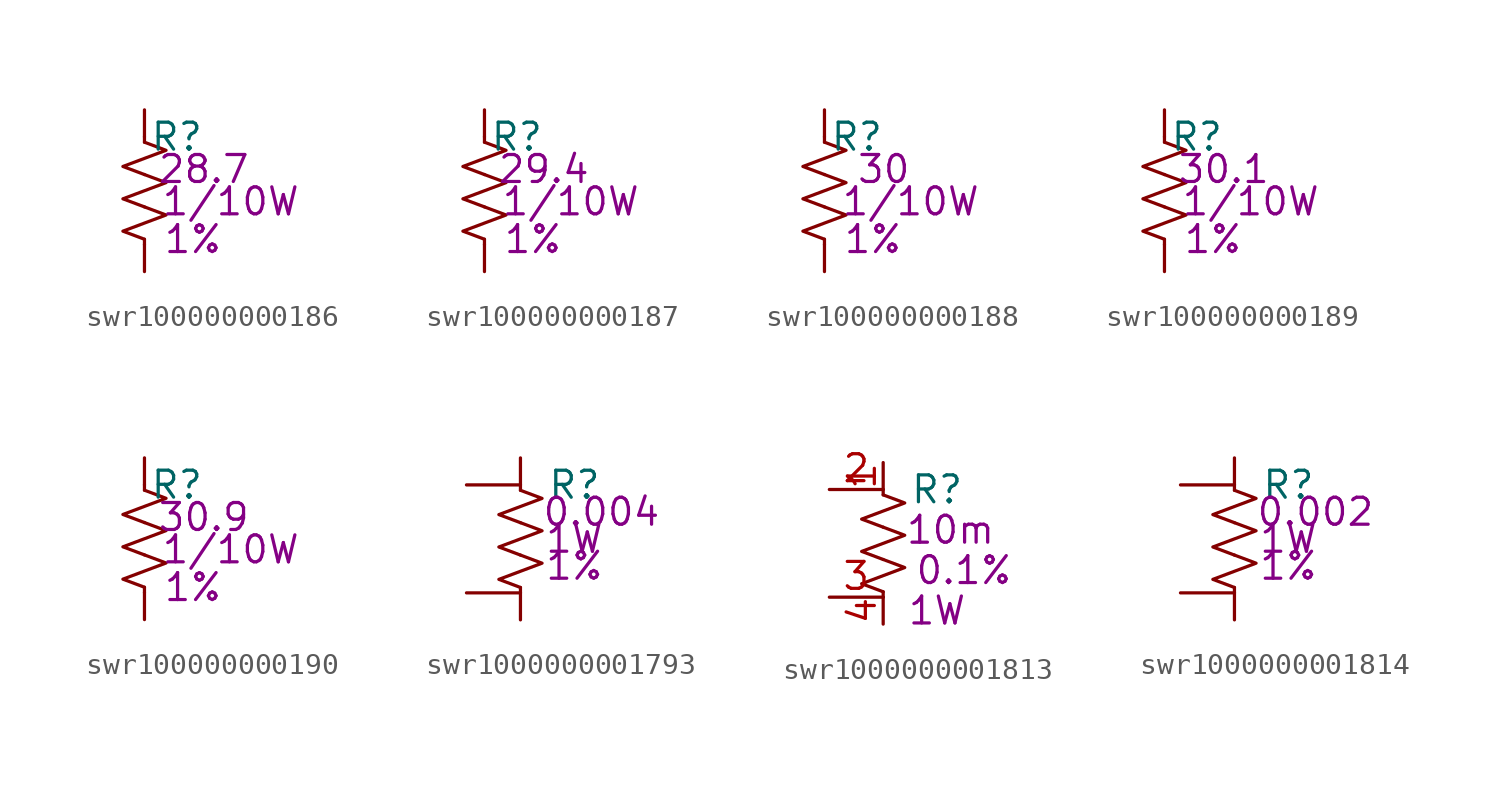
<source format=kicad_sym>
(kicad_symbol_lib
  (version 20211014)
  (generator kicad_symbol_editor)
  (symbol "swr100000000186"
    (pin_numbers hide)
    (pin_names
      (offset 1.016))
    (property "Reference" "R"
      (at 1.524 2.54 0)
      (effects (font (size 1.27 1.27))))
    (property "Tolerance" "1%"
      (at 2.286 -2.286 0)
      (effects (font (size 1.27 1.27))))
    (property "Wattage" "1/10W"
      (at 4.064 -0.508 0)
      (effects (font (size 1.27 1.27))))
    (property "PartValue" "28.7"
      (at 2.794 1.016 0)
      (effects (font (size 1.27 1.27))))
    (symbol "swr100000000186_1_1"
      (polyline (pts (xy 0 -2.286) (xy 0 -2.54)) (stroke (width 0) (type default) (color 0 0 0 0)) (fill (type none)))
      (polyline (pts (xy 0 2.286) (xy 0 2.54)) (stroke (width 0) (type default) (color 0 0 0 0)) (fill (type none)))
      (polyline (pts (xy 0 -0.762) (xy 1.016 -1.143) (xy 0 -1.524) (xy -1.016 -1.905) (xy 0 -2.286)) (stroke (width 0) (type default) (color 0 0 0 0)) (fill (type none)))
      (polyline (pts (xy 0 0.762) (xy 1.016 0.381) (xy 0 0) (xy -1.016 -0.381) (xy 0 -0.762)) (stroke (width 0) (type default) (color 0 0 0 0)) (fill (type none)))
      (polyline (pts (xy 0 2.286) (xy 1.016 1.905) (xy 0 1.524) (xy -1.016 1.143) (xy 0 0.762)) (stroke (width 0) (type default) (color 0 0 0 0)) (fill (type none)))
      (pin passive line (at 0 3.81 270) (length 1.27) (name "~" (effects (font (size 1.27 1.27)))) (number "1" (effects (font (size 1.27 1.27)))))
      (pin passive line (at 0 -3.81 90) (length 1.27) (name "~" (effects (font (size 1.27 1.27)))) (number "2" (effects (font (size 1.27 1.27)))))))
  (symbol "swr100000000187"
    (pin_numbers hide)
    (pin_names
      (offset 1.016))
    (property "Reference" "R"
      (at 1.524 2.54 0)
      (effects (font (size 1.27 1.27))))
    (property "Tolerance" "1%"
      (at 2.286 -2.286 0)
      (effects (font (size 1.27 1.27))))
    (property "Wattage" "1/10W"
      (at 4.064 -0.508 0)
      (effects (font (size 1.27 1.27))))
    (property "PartValue" "29.4"
      (at 2.794 1.016 0)
      (effects (font (size 1.27 1.27))))
    (symbol "swr100000000187_1_1"
      (polyline (pts (xy 0 -2.286) (xy 0 -2.54)) (stroke (width 0) (type default) (color 0 0 0 0)) (fill (type none)))
      (polyline (pts (xy 0 2.286) (xy 0 2.54)) (stroke (width 0) (type default) (color 0 0 0 0)) (fill (type none)))
      (polyline (pts (xy 0 -0.762) (xy 1.016 -1.143) (xy 0 -1.524) (xy -1.016 -1.905) (xy 0 -2.286)) (stroke (width 0) (type default) (color 0 0 0 0)) (fill (type none)))
      (polyline (pts (xy 0 0.762) (xy 1.016 0.381) (xy 0 0) (xy -1.016 -0.381) (xy 0 -0.762)) (stroke (width 0) (type default) (color 0 0 0 0)) (fill (type none)))
      (polyline (pts (xy 0 2.286) (xy 1.016 1.905) (xy 0 1.524) (xy -1.016 1.143) (xy 0 0.762)) (stroke (width 0) (type default) (color 0 0 0 0)) (fill (type none)))
      (pin passive line (at 0 3.81 270) (length 1.27) (name "~" (effects (font (size 1.27 1.27)))) (number "1" (effects (font (size 1.27 1.27)))))
      (pin passive line (at 0 -3.81 90) (length 1.27) (name "~" (effects (font (size 1.27 1.27)))) (number "2" (effects (font (size 1.27 1.27)))))))
  (symbol "swr100000000188"
    (pin_numbers hide)
    (pin_names
      (offset 1.016))
    (property "Reference" "R"
      (at 1.524 2.54 0)
      (effects (font (size 1.27 1.27))))
    (property "Tolerance" "1%"
      (at 2.286 -2.286 0)
      (effects (font (size 1.27 1.27))))
    (property "Wattage" "1/10W"
      (at 4.064 -0.508 0)
      (effects (font (size 1.27 1.27))))
    (property "PartValue" "30"
      (at 2.794 1.016 0)
      (effects (font (size 1.27 1.27))))
    (symbol "swr100000000188_1_1"
      (polyline (pts (xy 0 -2.286) (xy 0 -2.54)) (stroke (width 0) (type default) (color 0 0 0 0)) (fill (type none)))
      (polyline (pts (xy 0 2.286) (xy 0 2.54)) (stroke (width 0) (type default) (color 0 0 0 0)) (fill (type none)))
      (polyline (pts (xy 0 -0.762) (xy 1.016 -1.143) (xy 0 -1.524) (xy -1.016 -1.905) (xy 0 -2.286)) (stroke (width 0) (type default) (color 0 0 0 0)) (fill (type none)))
      (polyline (pts (xy 0 0.762) (xy 1.016 0.381) (xy 0 0) (xy -1.016 -0.381) (xy 0 -0.762)) (stroke (width 0) (type default) (color 0 0 0 0)) (fill (type none)))
      (polyline (pts (xy 0 2.286) (xy 1.016 1.905) (xy 0 1.524) (xy -1.016 1.143) (xy 0 0.762)) (stroke (width 0) (type default) (color 0 0 0 0)) (fill (type none)))
      (pin passive line (at 0 3.81 270) (length 1.27) (name "~" (effects (font (size 1.27 1.27)))) (number "1" (effects (font (size 1.27 1.27)))))
      (pin passive line (at 0 -3.81 90) (length 1.27) (name "~" (effects (font (size 1.27 1.27)))) (number "2" (effects (font (size 1.27 1.27)))))))
  (symbol "swr100000000189"
    (pin_numbers hide)
    (pin_names
      (offset 1.016))
    (property "Reference" "R"
      (at 1.524 2.54 0)
      (effects (font (size 1.27 1.27))))
    (property "Tolerance" "1%"
      (at 2.286 -2.286 0)
      (effects (font (size 1.27 1.27))))
    (property "Wattage" "1/10W"
      (at 4.064 -0.508 0)
      (effects (font (size 1.27 1.27))))
    (property "PartValue" "30.1"
      (at 2.794 1.016 0)
      (effects (font (size 1.27 1.27))))
    (symbol "swr100000000189_1_1"
      (polyline (pts (xy 0 -2.286) (xy 0 -2.54)) (stroke (width 0) (type default) (color 0 0 0 0)) (fill (type none)))
      (polyline (pts (xy 0 2.286) (xy 0 2.54)) (stroke (width 0) (type default) (color 0 0 0 0)) (fill (type none)))
      (polyline (pts (xy 0 -0.762) (xy 1.016 -1.143) (xy 0 -1.524) (xy -1.016 -1.905) (xy 0 -2.286)) (stroke (width 0) (type default) (color 0 0 0 0)) (fill (type none)))
      (polyline (pts (xy 0 0.762) (xy 1.016 0.381) (xy 0 0) (xy -1.016 -0.381) (xy 0 -0.762)) (stroke (width 0) (type default) (color 0 0 0 0)) (fill (type none)))
      (polyline (pts (xy 0 2.286) (xy 1.016 1.905) (xy 0 1.524) (xy -1.016 1.143) (xy 0 0.762)) (stroke (width 0) (type default) (color 0 0 0 0)) (fill (type none)))
      (pin passive line (at 0 3.81 270) (length 1.27) (name "~" (effects (font (size 1.27 1.27)))) (number "1" (effects (font (size 1.27 1.27)))))
      (pin passive line (at 0 -3.81 90) (length 1.27) (name "~" (effects (font (size 1.27 1.27)))) (number "2" (effects (font (size 1.27 1.27)))))))
  (symbol "swr100000000190"
    (pin_numbers hide)
    (pin_names
      (offset 1.016))
    (property "Reference" "R"
      (at 1.524 2.54 0)
      (effects (font (size 1.27 1.27))))
    (property "Tolerance" "1%"
      (at 2.286 -2.286 0)
      (effects (font (size 1.27 1.27))))
    (property "Wattage" "1/10W"
      (at 4.064 -0.508 0)
      (effects (font (size 1.27 1.27))))
    (property "PartValue" "30.9"
      (at 2.794 1.016 0)
      (effects (font (size 1.27 1.27))))
    (symbol "swr100000000190_1_1"
      (polyline (pts (xy 0 -2.286) (xy 0 -2.54)) (stroke (width 0) (type default) (color 0 0 0 0)) (fill (type none)))
      (polyline (pts (xy 0 2.286) (xy 0 2.54)) (stroke (width 0) (type default) (color 0 0 0 0)) (fill (type none)))
      (polyline (pts (xy 0 -0.762) (xy 1.016 -1.143) (xy 0 -1.524) (xy -1.016 -1.905) (xy 0 -2.286)) (stroke (width 0) (type default) (color 0 0 0 0)) (fill (type none)))
      (polyline (pts (xy 0 0.762) (xy 1.016 0.381) (xy 0 0) (xy -1.016 -0.381) (xy 0 -0.762)) (stroke (width 0) (type default) (color 0 0 0 0)) (fill (type none)))
      (polyline (pts (xy 0 2.286) (xy 1.016 1.905) (xy 0 1.524) (xy -1.016 1.143) (xy 0 0.762)) (stroke (width 0) (type default) (color 0 0 0 0)) (fill (type none)))
      (pin passive line (at 0 3.81 270) (length 1.27) (name "~" (effects (font (size 1.27 1.27)))) (number "1" (effects (font (size 1.27 1.27)))))
      (pin passive line (at 0 -3.81 90) (length 1.27) (name "~" (effects (font (size 1.27 1.27)))) (number "2" (effects (font (size 1.27 1.27)))))))
  (symbol "swr1000000001793"
    (pin_numbers hide)
    (pin_names
      (offset 1.016))
    (property "Reference" "R"
      (at 2.54 2.54 0)
      (effects (font (size 1.27 1.27))))
    (property "Tolerance" "1%"
      (at 2.54 -1.27 0)
      (effects (font (size 1.27 1.27))))
    (property "Wattage" "1W"
      (at 2.54 0 0)
      (effects (font (size 1.27 1.27))))
    (property "PartValue" "0.004"
      (at 3.81 1.27 0)
      (effects (font (size 1.27 1.27))))
    (symbol "swr1000000001793_1_1"
      (polyline (pts (xy 0 -2.286) (xy 0 -2.54)) (stroke (width 0) (type default) (color 0 0 0 0)) (fill (type none)))
      (polyline (pts (xy 0 2.286) (xy 0 2.54)) (stroke (width 0) (type default) (color 0 0 0 0)) (fill (type none)))
      (polyline (pts (xy 0 -0.762) (xy 1.016 -1.143) (xy 0 -1.524) (xy -1.016 -1.905) (xy 0 -2.286)) (stroke (width 0) (type default) (color 0 0 0 0)) (fill (type none)))
      (polyline (pts (xy 0 0.762) (xy 1.016 0.381) (xy 0 0) (xy -1.016 -0.381) (xy 0 -0.762)) (stroke (width 0) (type default) (color 0 0 0 0)) (fill (type none)))
      (polyline (pts (xy 0 2.286) (xy 1.016 1.905) (xy 0 1.524) (xy -1.016 1.143) (xy 0 0.762)) (stroke (width 0) (type default) (color 0 0 0 0)) (fill (type none)))
      (pin passive line (at -2.54 2.54 0) (length 2.54) (name "~" (effects (font (size 1.27 1.27)))) (number "1" (effects (font (size 1.27 1.27)))))
      (pin passive line (at 0 3.81 270) (length 1.27) (name "~" (effects (font (size 1.27 1.27)))) (number "2" (effects (font (size 1.27 1.27)))))
      (pin passive line (at 0 -3.81 90) (length 1.27) (name "~" (effects (font (size 1.27 1.27)))) (number "3" (effects (font (size 1.27 1.27)))))
      (pin passive line (at -2.54 -2.54 0) (length 2.54) (name "~" (effects (font (size 1.27 1.27)))) (number "4" (effects (font (size 1.27 1.27)))))))
  (symbol "swr1000000001813"
    (pin_names
      (offset 1.016))
    (property "Reference" "R"
      (at 2.54 2.54 0)
      (effects (font (size 1.27 1.27))))
    (property "Tolerance" "0.1%"
      (at 3.81 -1.27 0)
      (effects (font (size 1.27 1.27))))
    (property "Wattage" "1W"
      (at 2.54 -3.175 0)
      (effects (font (size 1.27 1.27))))
    (property "PartValue" "10m"
      (at 3.175 0.635 0)
      (effects (font (size 1.27 1.27))))
    (symbol "swr1000000001813_1_1"
      (polyline (pts (xy 0 -2.286) (xy 0 -2.54)) (stroke (width 0) (type default) (color 0 0 0 0)) (fill (type none)))
      (polyline (pts (xy 0 2.286) (xy 0 2.54)) (stroke (width 0) (type default) (color 0 0 0 0)) (fill (type none)))
      (polyline (pts (xy 0 -0.762) (xy 1.016 -1.143) (xy 0 -1.524) (xy -1.016 -1.905) (xy 0 -2.286)) (stroke (width 0) (type default) (color 0 0 0 0)) (fill (type none)))
      (polyline (pts (xy 0 0.762) (xy 1.016 0.381) (xy 0 0) (xy -1.016 -0.381) (xy 0 -0.762)) (stroke (width 0) (type default) (color 0 0 0 0)) (fill (type none)))
      (polyline (pts (xy 0 2.286) (xy 1.016 1.905) (xy 0 1.524) (xy -1.016 1.143) (xy 0 0.762)) (stroke (width 0) (type default) (color 0 0 0 0)) (fill (type none)))
      (pin passive line (at 0 3.81 270) (length 1.27) (name "~" (effects (font (size 1.27 1.27)))) (number "1" (effects (font (size 1.27 1.27)))))
      (pin passive line (at -2.54 2.54 0) (length 2.54) (name "~" (effects (font (size 1.27 1.27)))) (number "2" (effects (font (size 1.27 1.27)))))
      (pin passive line (at -2.54 -2.54 0) (length 2.54) (name "~" (effects (font (size 1.27 1.27)))) (number "3" (effects (font (size 1.27 1.27)))))
      (pin passive line (at 0 -3.81 90) (length 1.27) (name "~" (effects (font (size 1.27 1.27)))) (number "4" (effects (font (size 1.27 1.27)))))))
  (symbol "swr1000000001814"
    (pin_numbers hide)
    (pin_names
      (offset 1.016))
    (property "Reference" "R"
      (at 2.54 2.54 0)
      (effects (font (size 1.27 1.27))))
    (property "Tolerance" "1%"
      (at 2.54 -1.27 0)
      (effects (font (size 1.27 1.27))))
    (property "Wattage" "1W"
      (at 2.54 0 0)
      (effects (font (size 1.27 1.27))))
    (property "PartValue" "0.002"
      (at 3.81 1.27 0)
      (effects (font (size 1.27 1.27))))
    (symbol "swr1000000001814_1_1"
      (polyline (pts (xy 0 -2.286) (xy 0 -2.54)) (stroke (width 0) (type default) (color 0 0 0 0)) (fill (type none)))
      (polyline (pts (xy 0 2.286) (xy 0 2.54)) (stroke (width 0) (type default) (color 0 0 0 0)) (fill (type none)))
      (polyline (pts (xy 0 -0.762) (xy 1.016 -1.143) (xy 0 -1.524) (xy -1.016 -1.905) (xy 0 -2.286)) (stroke (width 0) (type default) (color 0 0 0 0)) (fill (type none)))
      (polyline (pts (xy 0 0.762) (xy 1.016 0.381) (xy 0 0) (xy -1.016 -0.381) (xy 0 -0.762)) (stroke (width 0) (type default) (color 0 0 0 0)) (fill (type none)))
      (polyline (pts (xy 0 2.286) (xy 1.016 1.905) (xy 0 1.524) (xy -1.016 1.143) (xy 0 0.762)) (stroke (width 0) (type default) (color 0 0 0 0)) (fill (type none)))
      (pin passive line (at -2.54 2.54 0) (length 2.54) (name "~" (effects (font (size 1.27 1.27)))) (number "1" (effects (font (size 1.27 1.27)))))
      (pin passive line (at 0 3.81 270) (length 1.27) (name "~" (effects (font (size 1.27 1.27)))) (number "2" (effects (font (size 1.27 1.27)))))
      (pin passive line (at 0 -3.81 90) (length 1.27) (name "~" (effects (font (size 1.27 1.27)))) (number "3" (effects (font (size 1.27 1.27)))))
      (pin passive line (at -2.54 -2.54 0) (length 2.54) (name "~" (effects (font (size 1.27 1.27)))) (number "4" (effects (font (size 1.27 1.27))))))))
</source>
